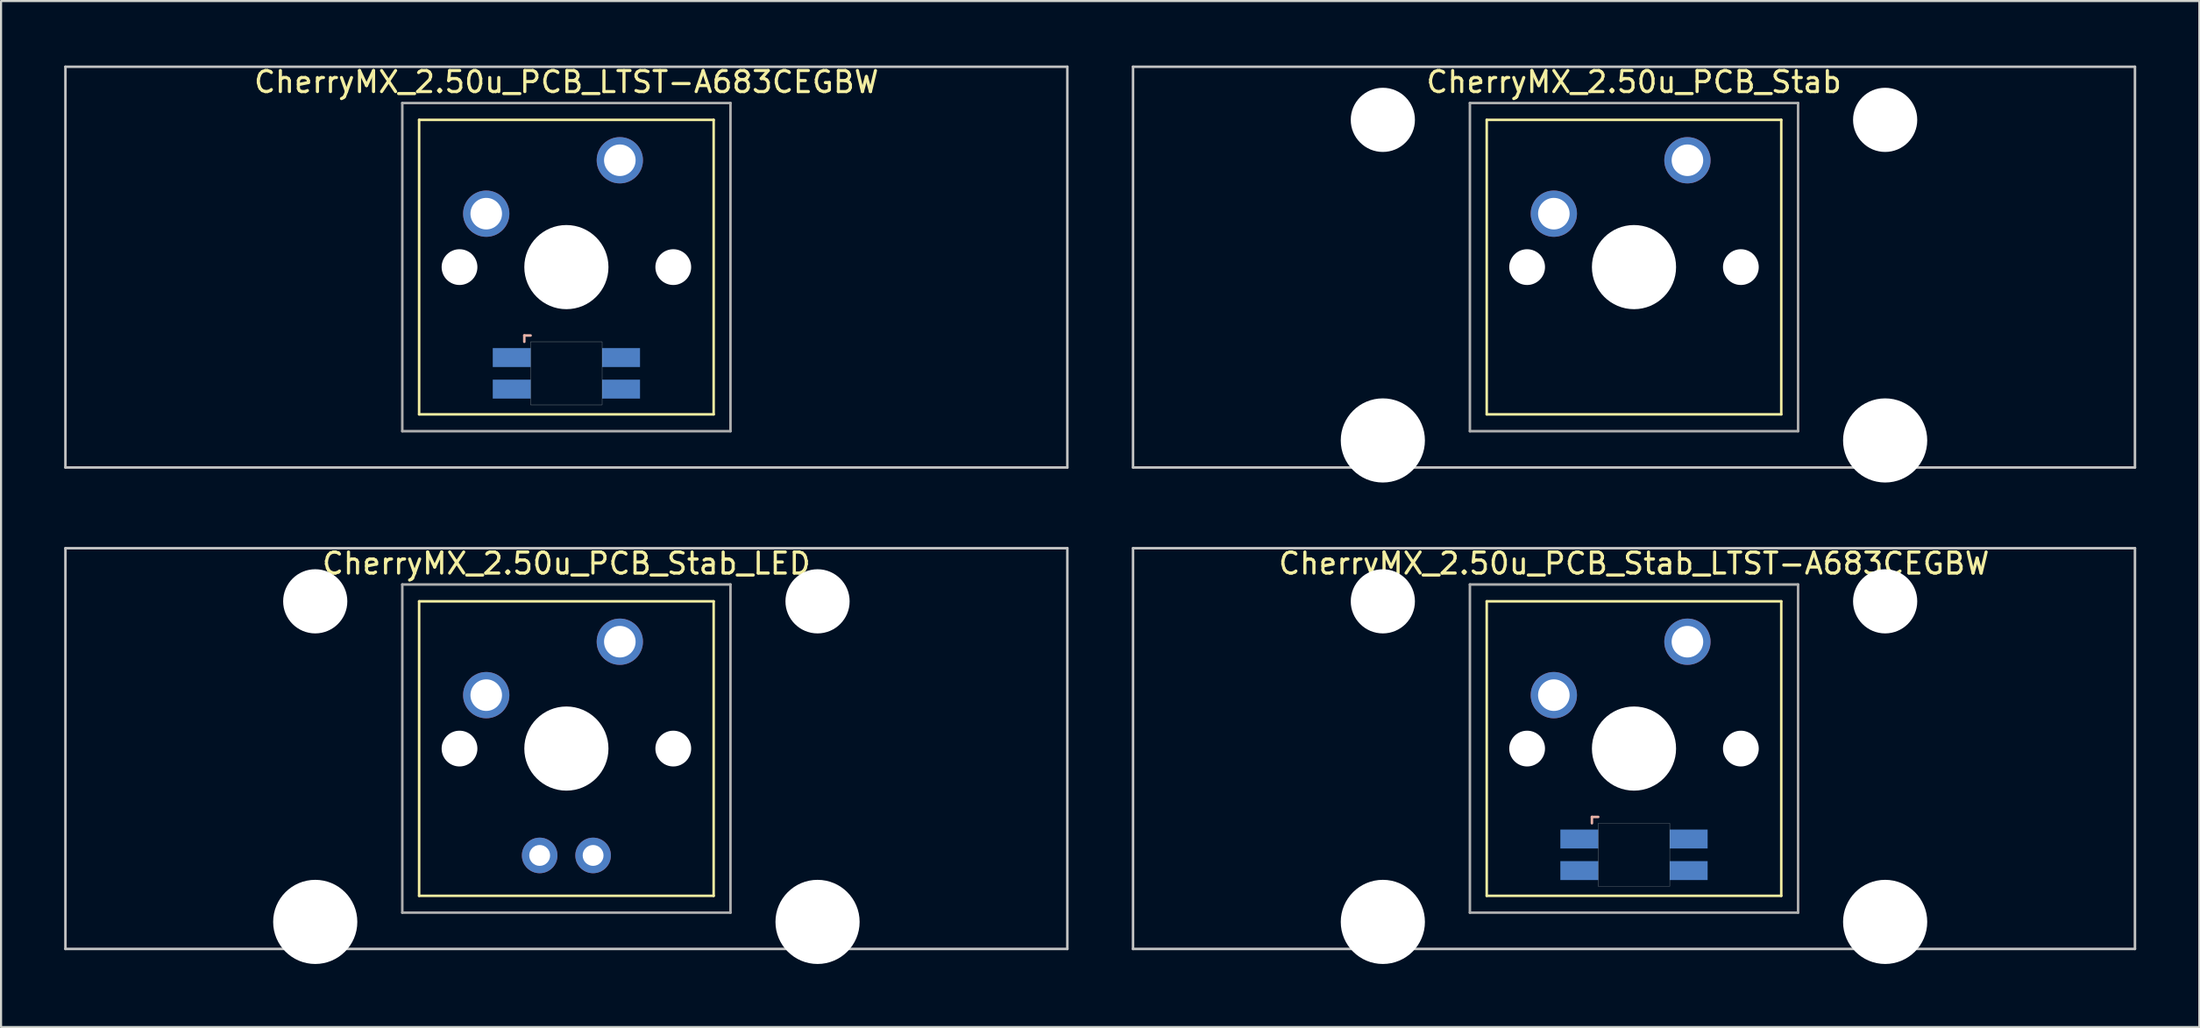
<source format=kicad_pcb>
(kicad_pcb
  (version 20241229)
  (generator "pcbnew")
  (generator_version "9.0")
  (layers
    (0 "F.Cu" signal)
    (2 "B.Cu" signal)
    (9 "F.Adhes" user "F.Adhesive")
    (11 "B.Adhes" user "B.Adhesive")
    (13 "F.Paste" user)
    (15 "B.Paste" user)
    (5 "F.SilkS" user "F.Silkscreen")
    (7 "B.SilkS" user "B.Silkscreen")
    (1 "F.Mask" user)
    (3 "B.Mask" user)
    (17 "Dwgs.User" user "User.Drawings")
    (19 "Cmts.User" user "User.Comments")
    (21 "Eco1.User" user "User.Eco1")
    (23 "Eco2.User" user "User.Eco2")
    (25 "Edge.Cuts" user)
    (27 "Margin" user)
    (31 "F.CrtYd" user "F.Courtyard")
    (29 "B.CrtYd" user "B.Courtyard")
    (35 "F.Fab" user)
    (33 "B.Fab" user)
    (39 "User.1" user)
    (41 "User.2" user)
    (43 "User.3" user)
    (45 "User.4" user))
  (footprint "CherryMX_2.50u_PCB_Stab_LTST-A683CEGBW"
    (layer "F.Cu")
    (at 74.618 32.536)
    (property "Reference" "CherryMX_2.50u_PCB_Stab_LTST-A683CEGBW" (at 0 -8.8 0) (layer "F.SilkS") (effects (font (size 1 1) (thickness 0.15))))
    (attr through_hole)
    (fp_line (start -7 -7) (end -7 7) (stroke (width 0.12) (type solid)) (layer "F.SilkS"))
    (fp_line (start -7 -7) (end 7 -7) (stroke (width 0.12) (type solid)) (layer "F.SilkS"))
    (fp_line (start 7 -7) (end 7 7) (stroke (width 0.12) (type solid)) (layer "F.SilkS"))
    (fp_line (start 7 7) (end -7 7) (stroke (width 0.12) (type solid)) (layer "F.SilkS"))
    (fp_line (start -2 3.25) (end -2 3.55) (stroke (width 0.12) (type solid)) (layer "B.SilkS"))
    (fp_line (start -1.7 3.25) (end -2 3.25) (stroke (width 0.12) (type solid)) (layer "B.SilkS"))
    (fp_line (start -23.812 -9.525) (end 23.812 -9.525) (stroke (width 0.12) (type solid)) (layer "Dwgs.User"))
    (fp_line (start -23.812 9.525) (end -23.812 -9.525) (stroke (width 0.12) (type solid)) (layer "Dwgs.User"))
    (fp_line (start 23.812 -9.525) (end 23.812 9.525) (stroke (width 0.12) (type solid)) (layer "Dwgs.User"))
    (fp_line (start 23.812 9.525) (end -23.812 9.525) (stroke (width 0.12) (type solid)) (layer "Dwgs.User"))
    (fp_poly (pts (xy 1.7 6.55) (xy -1.7 6.55) (xy -1.7 3.55) (xy 1.7 3.55)) (stroke (width 0.01) (type solid)) (fill no) (layer "Edge.Cuts"))
    (fp_line (start -7.8 -7.8) (end -7.8 7.8) (stroke (width 0.12) (type solid)) (layer "F.Fab"))
    (fp_line (start -7.8 -7.8) (end 7.8 -7.8) (stroke (width 0.12) (type solid)) (layer "F.Fab"))
    (fp_line (start -7.8 7.8) (end 7.8 7.8) (stroke (width 0.12) (type solid)) (layer "F.Fab"))
    (fp_line (start 7.8 -7.8) (end 7.8 7.8) (stroke (width 0.12) (type solid)) (layer "F.Fab"))
    (pad "" np_thru_hole circle (at -11.938 -7) (size 3.05 3.05) (drill 3.05) (layers "*.Cu" "*.Mask"))
    (pad "" np_thru_hole circle (at -11.938 8.24) (size 4 4) (drill 4) (layers "*.Cu" "*.Mask"))
    (pad "" np_thru_hole circle (at -5.08 0) (size 1.7 1.7) (drill 1.7) (layers "*.Cu" "*.Mask"))
    (pad "" np_thru_hole circle (at 0 0) (size 4 4) (drill 4) (layers "*.Cu" "*.Mask"))
    (pad "" np_thru_hole circle (at 5.08 0) (size 1.7 1.7) (drill 1.7) (layers "*.Cu" "*.Mask"))
    (pad "" np_thru_hole circle (at 11.938 -7) (size 3.05 3.05) (drill 3.05) (layers "*.Cu" "*.Mask"))
    (pad "" np_thru_hole circle (at 11.938 8.24) (size 4 4) (drill 4) (layers "*.Cu" "*.Mask"))
    (pad "1" thru_hole circle (at -3.81 -2.54) (size 2.2 2.2) (drill 1.5) (layers "*.Cu" "*.Mask"))
    (pad "2" thru_hole circle (at 2.54 -5.08) (size 2.2 2.2) (drill 1.5) (layers "*.Cu" "*.Mask"))
    (pad "3" smd rect (at -2.6 4.3) (size 1.8 0.9) (layers "B.Cu" "B.Mask" "B.Paste"))
    (pad "4" smd rect (at -2.6 5.8) (size 1.8 0.9) (layers "B.Cu" "B.Mask" "B.Paste"))
    (pad "5" smd rect (at 2.6 4.3) (size 1.8 0.9) (layers "B.Cu" "B.Mask" "B.Paste"))
    (pad "6" smd rect (at 2.6 5.8) (size 1.8 0.9) (layers "B.Cu" "B.Mask" "B.Paste")))
  (footprint "CherryMX_2.50u_PCB_LTST-A683CEGBW"
    (layer "F.Cu")
    (at 23.872 9.648)
    (property "Reference" "CherryMX_2.50u_PCB_LTST-A683CEGBW" (at 0 -8.8 0) (layer "F.SilkS") (effects (font (size 1 1) (thickness 0.15))))
    (attr through_hole)
    (fp_line (start -7 -7) (end -7 7) (stroke (width 0.12) (type solid)) (layer "F.SilkS"))
    (fp_line (start -7 -7) (end 7 -7) (stroke (width 0.12) (type solid)) (layer "F.SilkS"))
    (fp_line (start 7 -7) (end 7 7) (stroke (width 0.12) (type solid)) (layer "F.SilkS"))
    (fp_line (start 7 7) (end -7 7) (stroke (width 0.12) (type solid)) (layer "F.SilkS"))
    (fp_line (start -2 3.25) (end -2 3.55) (stroke (width 0.12) (type solid)) (layer "B.SilkS"))
    (fp_line (start -1.7 3.25) (end -2 3.25) (stroke (width 0.12) (type solid)) (layer "B.SilkS"))
    (fp_line (start -23.812 -9.525) (end 23.812 -9.525) (stroke (width 0.12) (type solid)) (layer "Dwgs.User"))
    (fp_line (start -23.812 9.525) (end -23.812 -9.525) (stroke (width 0.12) (type solid)) (layer "Dwgs.User"))
    (fp_line (start 23.812 -9.525) (end 23.812 9.525) (stroke (width 0.12) (type solid)) (layer "Dwgs.User"))
    (fp_line (start 23.812 9.525) (end -23.812 9.525) (stroke (width 0.12) (type solid)) (layer "Dwgs.User"))
    (fp_poly (pts (xy 1.7 6.55) (xy -1.7 6.55) (xy -1.7 3.55) (xy 1.7 3.55)) (stroke (width 0.01) (type solid)) (fill no) (layer "Edge.Cuts"))
    (fp_line (start -7.8 -7.8) (end -7.8 7.8) (stroke (width 0.12) (type solid)) (layer "F.Fab"))
    (fp_line (start -7.8 -7.8) (end 7.8 -7.8) (stroke (width 0.12) (type solid)) (layer "F.Fab"))
    (fp_line (start -7.8 7.8) (end 7.8 7.8) (stroke (width 0.12) (type solid)) (layer "F.Fab"))
    (fp_line (start 7.8 -7.8) (end 7.8 7.8) (stroke (width 0.12) (type solid)) (layer "F.Fab"))
    (pad "" np_thru_hole circle (at -5.08 0) (size 1.7 1.7) (drill 1.7) (layers "*.Cu" "*.Mask"))
    (pad "" np_thru_hole circle (at 0 0) (size 4 4) (drill 4) (layers "*.Cu" "*.Mask"))
    (pad "" np_thru_hole circle (at 5.08 0) (size 1.7 1.7) (drill 1.7) (layers "*.Cu" "*.Mask"))
    (pad "1" thru_hole circle (at -3.81 -2.54) (size 2.2 2.2) (drill 1.5) (layers "*.Cu" "*.Mask"))
    (pad "2" thru_hole circle (at 2.54 -5.08) (size 2.2 2.2) (drill 1.5) (layers "*.Cu" "*.Mask"))
    (pad "3" smd rect (at -2.6 4.3) (size 1.8 0.9) (layers "B.Cu" "B.Mask" "B.Paste"))
    (pad "4" smd rect (at -2.6 5.8) (size 1.8 0.9) (layers "B.Cu" "B.Mask" "B.Paste"))
    (pad "5" smd rect (at 2.6 4.3) (size 1.8 0.9) (layers "B.Cu" "B.Mask" "B.Paste"))
    (pad "6" smd rect (at 2.6 5.8) (size 1.8 0.9) (layers "B.Cu" "B.Mask" "B.Paste")))
  (footprint "CherryMX_2.50u_PCB_Stab"
    (layer "F.Cu")
    (at 74.618 9.648)
    (property "Reference" "CherryMX_2.50u_PCB_Stab" (at 0 -8.8 0) (layer "F.SilkS") (effects (font (size 1 1) (thickness 0.15))))
    (attr through_hole)
    (fp_line (start -7 -7) (end -7 7) (stroke (width 0.12) (type solid)) (layer "F.SilkS"))
    (fp_line (start -7 -7) (end 7 -7) (stroke (width 0.12) (type solid)) (layer "F.SilkS"))
    (fp_line (start 7 -7) (end 7 7) (stroke (width 0.12) (type solid)) (layer "F.SilkS"))
    (fp_line (start 7 7) (end -7 7) (stroke (width 0.12) (type solid)) (layer "F.SilkS"))
    (fp_line (start -23.812 -9.525) (end 23.812 -9.525) (stroke (width 0.12) (type solid)) (layer "Dwgs.User"))
    (fp_line (start -23.812 9.525) (end -23.812 -9.525) (stroke (width 0.12) (type solid)) (layer "Dwgs.User"))
    (fp_line (start 23.812 -9.525) (end 23.812 9.525) (stroke (width 0.12) (type solid)) (layer "Dwgs.User"))
    (fp_line (start 23.812 9.525) (end -23.812 9.525) (stroke (width 0.12) (type solid)) (layer "Dwgs.User"))
    (fp_line (start -7.8 -7.8) (end -7.8 7.8) (stroke (width 0.12) (type solid)) (layer "F.Fab"))
    (fp_line (start -7.8 -7.8) (end 7.8 -7.8) (stroke (width 0.12) (type solid)) (layer "F.Fab"))
    (fp_line (start -7.8 7.8) (end 7.8 7.8) (stroke (width 0.12) (type solid)) (layer "F.Fab"))
    (fp_line (start 7.8 -7.8) (end 7.8 7.8) (stroke (width 0.12) (type solid)) (layer "F.Fab"))
    (pad "" np_thru_hole circle (at -11.938 -7) (size 3.05 3.05) (drill 3.05) (layers "*.Cu" "*.Mask"))
    (pad "" np_thru_hole circle (at -11.938 8.24) (size 4 4) (drill 4) (layers "*.Cu" "*.Mask"))
    (pad "" np_thru_hole circle (at -5.08 0) (size 1.7 1.7) (drill 1.7) (layers "*.Cu" "*.Mask"))
    (pad "" np_thru_hole circle (at 0 0) (size 4 4) (drill 4) (layers "*.Cu" "*.Mask"))
    (pad "" np_thru_hole circle (at 5.08 0) (size 1.7 1.7) (drill 1.7) (layers "*.Cu" "*.Mask"))
    (pad "" np_thru_hole circle (at 11.938 -7) (size 3.05 3.05) (drill 3.05) (layers "*.Cu" "*.Mask"))
    (pad "" np_thru_hole circle (at 11.938 8.24) (size 4 4) (drill 4) (layers "*.Cu" "*.Mask"))
    (pad "1" thru_hole circle (at -3.81 -2.54) (size 2.2 2.2) (drill 1.5) (layers "*.Cu" "*.Mask"))
    (pad "2" thru_hole circle (at 2.54 -5.08) (size 2.2 2.2) (drill 1.5) (layers "*.Cu" "*.Mask")))
  (footprint "CherryMX_2.50u_PCB_Stab_LED"
    (layer "F.Cu")
    (at 23.872 32.536)
    (property "Reference" "CherryMX_2.50u_PCB_Stab_LED" (at 0 -8.8 0) (layer "F.SilkS") (effects (font (size 1 1) (thickness 0.15))))
    (attr through_hole)
    (fp_line (start -7 -7) (end -7 7) (stroke (width 0.12) (type solid)) (layer "F.SilkS"))
    (fp_line (start -7 -7) (end 7 -7) (stroke (width 0.12) (type solid)) (layer "F.SilkS"))
    (fp_line (start 7 -7) (end 7 7) (stroke (width 0.12) (type solid)) (layer "F.SilkS"))
    (fp_line (start 7 7) (end -7 7) (stroke (width 0.12) (type solid)) (layer "F.SilkS"))
    (fp_line (start -23.812 -9.525) (end 23.812 -9.525) (stroke (width 0.12) (type solid)) (layer "Dwgs.User"))
    (fp_line (start -23.812 9.525) (end -23.812 -9.525) (stroke (width 0.12) (type solid)) (layer "Dwgs.User"))
    (fp_line (start 23.812 -9.525) (end 23.812 9.525) (stroke (width 0.12) (type solid)) (layer "Dwgs.User"))
    (fp_line (start 23.812 9.525) (end -23.812 9.525) (stroke (width 0.12) (type solid)) (layer "Dwgs.User"))
    (fp_line (start -7.8 -7.8) (end -7.8 7.8) (stroke (width 0.12) (type solid)) (layer "F.Fab"))
    (fp_line (start -7.8 -7.8) (end 7.8 -7.8) (stroke (width 0.12) (type solid)) (layer "F.Fab"))
    (fp_line (start -7.8 7.8) (end 7.8 7.8) (stroke (width 0.12) (type solid)) (layer "F.Fab"))
    (fp_line (start 7.8 -7.8) (end 7.8 7.8) (stroke (width 0.12) (type solid)) (layer "F.Fab"))
    (pad "" np_thru_hole circle (at -11.938 -7) (size 3.05 3.05) (drill 3.05) (layers "*.Cu" "*.Mask"))
    (pad "" np_thru_hole circle (at -11.938 8.24) (size 4 4) (drill 4) (layers "*.Cu" "*.Mask"))
    (pad "" np_thru_hole circle (at -5.08 0) (size 1.7 1.7) (drill 1.7) (layers "*.Cu" "*.Mask"))
    (pad "" np_thru_hole circle (at 0 0) (size 4 4) (drill 4) (layers "*.Cu" "*.Mask"))
    (pad "" np_thru_hole circle (at 5.08 0) (size 1.7 1.7) (drill 1.7) (layers "*.Cu" "*.Mask"))
    (pad "" np_thru_hole circle (at 11.938 -7) (size 3.05 3.05) (drill 3.05) (layers "*.Cu" "*.Mask"))
    (pad "" np_thru_hole circle (at 11.938 8.24) (size 4 4) (drill 4) (layers "*.Cu" "*.Mask"))
    (pad "1" thru_hole circle (at -3.81 -2.54) (size 2.2 2.2) (drill 1.5) (layers "*.Cu" "*.Mask"))
    (pad "2" thru_hole circle (at 2.54 -5.08) (size 2.2 2.2) (drill 1.5) (layers "*.Cu" "*.Mask"))
    (pad "3" thru_hole circle (at -1.27 5.08) (size 1.691 1.691) (drill 0.991) (layers "*.Cu" "*.Mask"))
    (pad "4" thru_hole circle (at 1.27 5.08) (size 1.691 1.691) (drill 0.991) (layers "*.Cu" "*.Mask")))
  (gr_rect
    (start -3 -3)
    (end 101.49 45.776)
    (stroke (width 0.1) (type default))
    (fill no)
    (layer "Edge.Cuts")))
</source>
